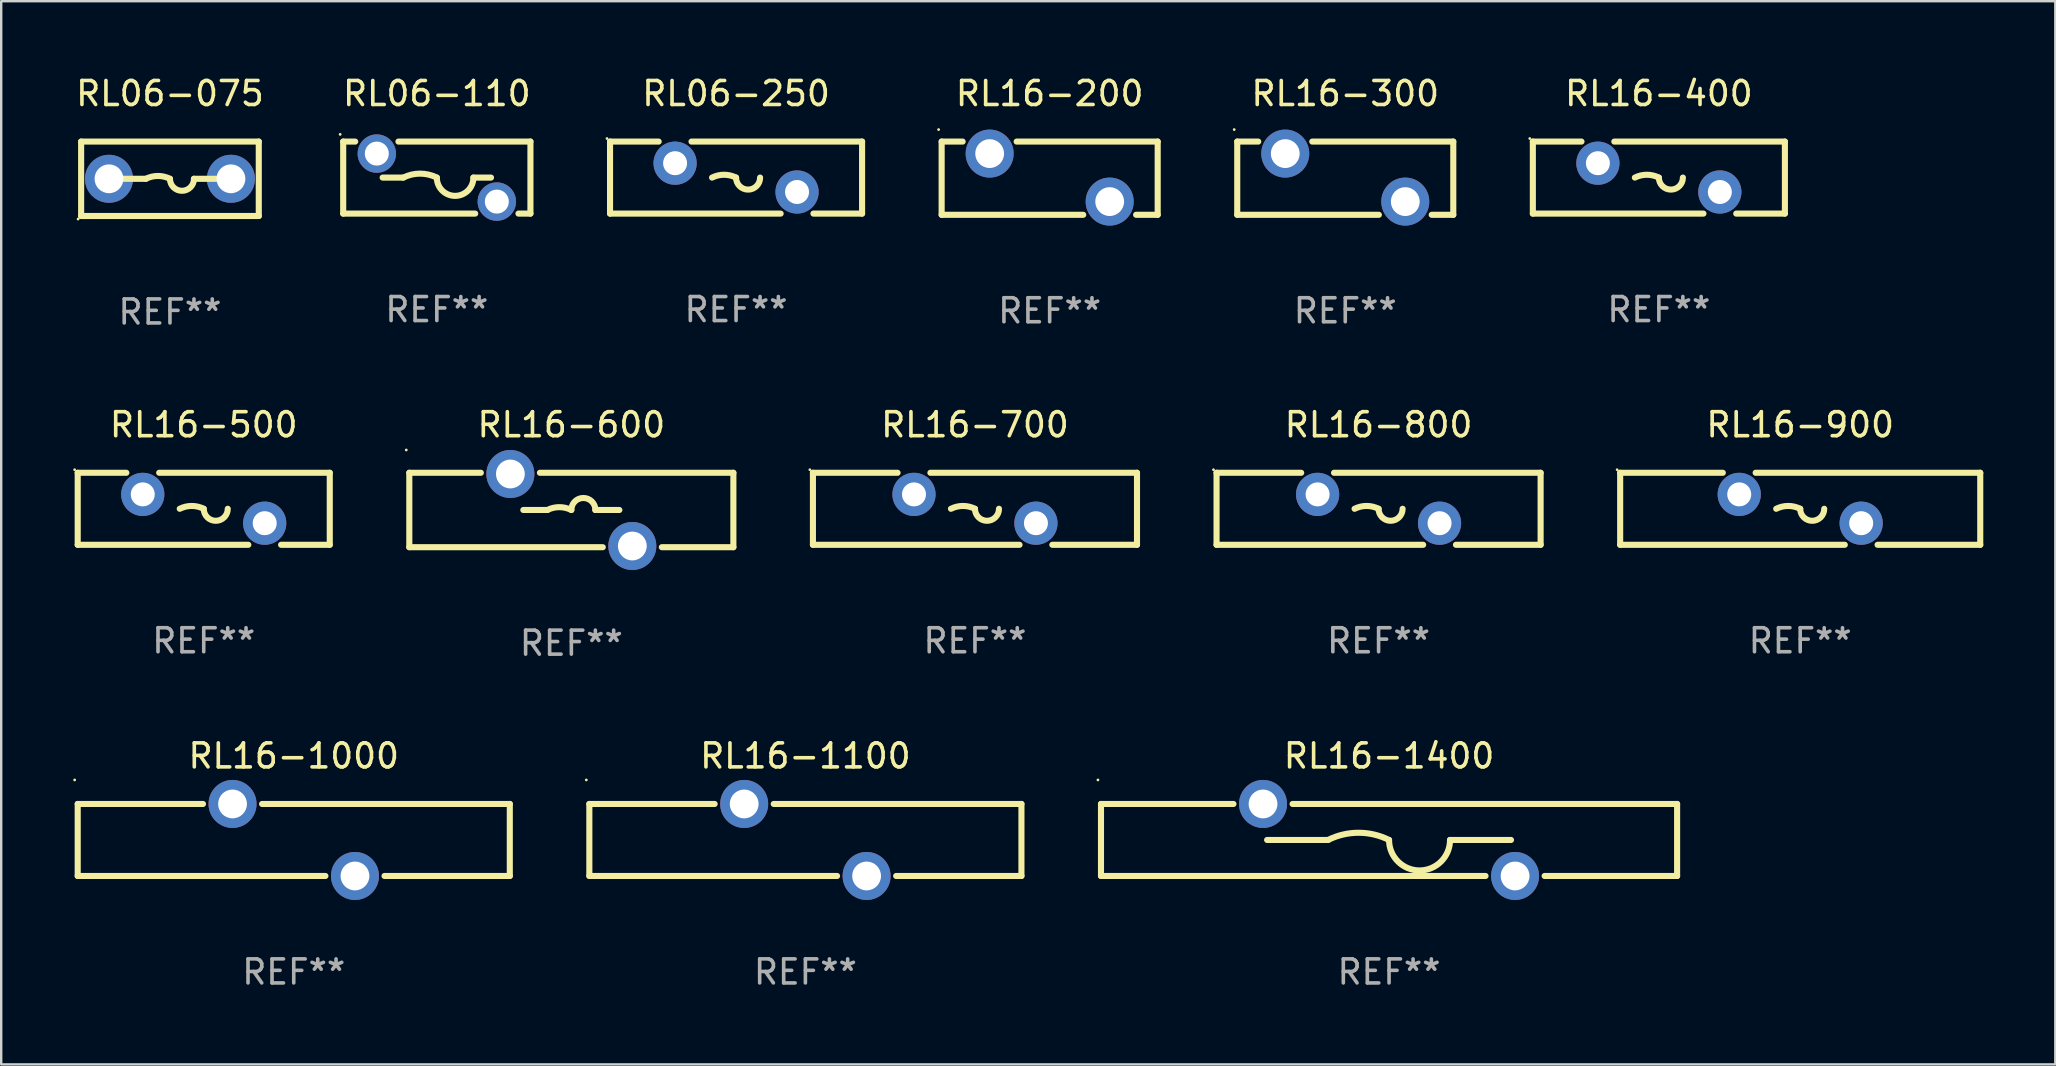
<source format=kicad_pcb>
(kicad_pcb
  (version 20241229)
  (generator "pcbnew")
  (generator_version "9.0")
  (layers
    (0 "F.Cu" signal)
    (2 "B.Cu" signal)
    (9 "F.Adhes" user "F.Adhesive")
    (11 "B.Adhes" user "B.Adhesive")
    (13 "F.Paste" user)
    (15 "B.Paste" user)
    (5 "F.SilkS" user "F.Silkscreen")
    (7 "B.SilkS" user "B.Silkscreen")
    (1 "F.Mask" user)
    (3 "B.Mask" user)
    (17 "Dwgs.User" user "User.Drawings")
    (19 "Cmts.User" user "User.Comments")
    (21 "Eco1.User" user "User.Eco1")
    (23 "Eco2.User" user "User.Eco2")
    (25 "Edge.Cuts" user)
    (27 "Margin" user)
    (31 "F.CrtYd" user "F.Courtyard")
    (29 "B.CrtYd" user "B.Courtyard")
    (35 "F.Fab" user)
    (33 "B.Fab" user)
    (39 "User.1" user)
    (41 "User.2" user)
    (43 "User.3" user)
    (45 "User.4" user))
  (footprint "RL16-1000"
    (layer "F.Cu")
    (at 9.187 31.941)
    (property "Reference" "RL16-1000" (at 0 -3.5 0) (layer "F.SilkS") (effects (font (size 1 1) (thickness 0.15))))
    (attr through_hole)
    (fp_line (start -9 -1.5) (end -3.781 -1.5) (stroke (width 0.254) (type solid)) (layer "F.SilkS"))
    (fp_line (start -9 1.5) (end -9 -1.5) (stroke (width 0.254) (type solid)) (layer "F.SilkS"))
    (fp_line (start -9 1.5) (end 1.319 1.5) (stroke (width 0.254) (type solid)) (layer "F.SilkS"))
    (fp_line (start -1.319 -1.5) (end 9 -1.5) (stroke (width 0.254) (type solid)) (layer "F.SilkS"))
    (fp_line (start 3.781 1.5) (end 9 1.5) (stroke (width 0.254) (type solid)) (layer "F.SilkS"))
    (fp_line (start 9 -1.5) (end 9 1.5) (stroke (width 0.254) (type solid)) (layer "F.SilkS"))
    (fp_circle (center -9.127 -2.5) (end -9.097 -2.5) (stroke (width 0.06) (type solid)) (fill no) (layer "F.SilkS"))
    (fp_text user "REF**" (at 0 5.5 0) (layer "F.Fab") (effects (font (size 1 1) (thickness 0.15))))
    (pad "1" thru_hole circle (at -2.55 -1.5) (size 2 2) (drill 1.2) (layers "*.Cu" "*.Mask"))
    (pad "2" thru_hole circle (at 2.55 1.5) (size 2 2) (drill 1.2) (layers "*.Cu" "*.Mask")))
  (footprint "RL16-900"
    (layer "F.Cu")
    (at 71.943 18.145)
    (property "Reference" "RL16-900" (at 0 -3.5 0) (layer "F.SilkS") (effects (font (size 1 1) (thickness 0.15))))
    (attr through_hole)
    (fp_line (start -7.5 -1.5) (end -3.224 -1.5) (stroke (width 0.254) (type solid)) (layer "F.SilkS"))
    (fp_line (start -7.5 1.5) (end -7.5 -1.5) (stroke (width 0.254) (type solid)) (layer "F.SilkS"))
    (fp_line (start -1.856 -1.5) (end 7.5 -1.5) (stroke (width 0.254) (type solid)) (layer "F.SilkS"))
    (fp_line (start 1.857 1.5) (end -7.5 1.5) (stroke (width 0.254) (type solid)) (layer "F.SilkS"))
    (fp_line (start 7.5 -1.5) (end 7.5 1.5) (stroke (width 0.254) (type solid)) (layer "F.SilkS"))
    (fp_line (start 7.5 1.5) (end 3.223 1.5) (stroke (width 0.254) (type solid)) (layer "F.SilkS"))
    (fp_arc (start -1 -0.000127) (mid -0.5 -0.118148) (end 0 -0.000127) (stroke (width 0.254001) (type solid)) (layer "F.SilkS"))
    (fp_arc (start 1.000762 -0.000127) (mid 0.500381 0.5) (end 0 -0.000127) (stroke (width 0.254001) (type solid)) (layer "F.SilkS"))
    (fp_circle (center -7.627 -1.627) (end -7.597 -1.627) (stroke (width 0.06) (type solid)) (fill no) (layer "F.SilkS"))
    (fp_text user "REF**" (at 0 5.5 0) (layer "F.Fab") (effects (font (size 1 1) (thickness 0.15))))
    (pad "1" thru_hole circle (at -2.54 -0.6) (size 1.8 1.8) (drill 1) (layers "*.Cu" "*.Mask"))
    (pad "2" thru_hole circle (at 2.54 0.6) (size 1.8 1.8) (drill 1) (layers "*.Cu" "*.Mask")))
  (footprint "RL16-600"
    (layer "F.Cu")
    (at 20.751 18.195)
    (property "Reference" "RL16-600" (at 0 -3.55 0) (layer "F.SilkS") (effects (font (size 1 1) (thickness 0.15))))
    (attr through_hole)
    (fp_line (start -6.75 -1.55) (end -3.77 -1.55) (stroke (width 0.254) (type solid)) (layer "F.SilkS"))
    (fp_line (start -6.75 1.55) (end -6.75 -1.55) (stroke (width 0.254) (type solid)) (layer "F.SilkS"))
    (fp_line (start -1.31 -1.55) (end 6.75 -1.55) (stroke (width 0.254) (type solid)) (layer "F.SilkS"))
    (fp_line (start -1 -0.000127) (end -2 -0.000127) (stroke (width 0.254) (type solid)) (layer "F.SilkS"))
    (fp_line (start 1 -0.000127) (end 2 -0.000127) (stroke (width 0.254) (type solid)) (layer "F.SilkS"))
    (fp_line (start 1.31 1.55) (end -6.75 1.55) (stroke (width 0.254) (type solid)) (layer "F.SilkS"))
    (fp_line (start 6.75 -1.55) (end 6.75 1.55) (stroke (width 0.254) (type solid)) (layer "F.SilkS"))
    (fp_line (start 6.75 1.55) (end 3.77 1.55) (stroke (width 0.254) (type solid)) (layer "F.SilkS"))
    (fp_arc (start -1 -0.000127) (mid -0.5 -0.118148) (end 0 -0.000127) (stroke (width 0.254001) (type solid)) (layer "F.SilkS"))
    (fp_arc (start 0 -0.000127) (mid 0.500381 -0.5) (end 1.000762 -0.000127) (stroke (width 0.254001) (type solid)) (layer "F.SilkS"))
    (fp_circle (center -6.877 -2.5) (end -6.847 -2.5) (stroke (width 0.06) (type solid)) (fill no) (layer "F.SilkS"))
    (fp_text user "REF**" (at 0 5.55 0) (layer "F.Fab") (effects (font (size 1 1) (thickness 0.15))))
    (pad "1" thru_hole circle (at -2.54 -1.5) (size 2 2) (drill 1.2) (layers "*.Cu" "*.Mask"))
    (pad "2" thru_hole circle (at 2.54 1.5) (size 2 2) (drill 1.2) (layers "*.Cu" "*.Mask")))
  (footprint "RL16-400"
    (layer "F.Cu")
    (at 66.055 4.348)
    (property "Reference" "RL16-400" (at 0 -3.5 0) (layer "F.SilkS") (effects (font (size 1 1) (thickness 0.15))))
    (attr through_hole)
    (fp_line (start -5.25 -1.5) (end -3.224 -1.5) (stroke (width 0.254) (type solid)) (layer "F.SilkS"))
    (fp_line (start -5.25 1.5) (end -5.25 -1.5) (stroke (width 0.254) (type solid)) (layer "F.SilkS"))
    (fp_line (start -1.856 -1.5) (end 5.25 -1.5) (stroke (width 0.254) (type solid)) (layer "F.SilkS"))
    (fp_line (start 1.857 1.5) (end -5.25 1.5) (stroke (width 0.254) (type solid)) (layer "F.SilkS"))
    (fp_line (start 5.25 -1.5) (end 5.25 1.5) (stroke (width 0.254) (type solid)) (layer "F.SilkS"))
    (fp_line (start 5.25 1.5) (end 3.223 1.5) (stroke (width 0.254) (type solid)) (layer "F.SilkS"))
    (fp_arc (start -1 -0.000127) (mid -0.5 -0.118148) (end 0 -0.000127) (stroke (width 0.254001) (type solid)) (layer "F.SilkS"))
    (fp_arc (start 1.000762 -0.000127) (mid 0.500381 0.5) (end 0 -0.000127) (stroke (width 0.254001) (type solid)) (layer "F.SilkS"))
    (fp_circle (center -5.377 -1.627) (end -5.347 -1.627) (stroke (width 0.06) (type solid)) (fill no) (layer "F.SilkS"))
    (fp_text user "REF**" (at 0 5.5 0) (layer "F.Fab") (effects (font (size 1 1) (thickness 0.15))))
    (pad "1" thru_hole circle (at -2.54 -0.6) (size 1.8 1.8) (drill 1) (layers "*.Cu" "*.Mask"))
    (pad "2" thru_hole circle (at 2.54 0.6) (size 1.8 1.8) (drill 1) (layers "*.Cu" "*.Mask")))
  (footprint "RL06-075"
    (layer "F.Cu")
    (at 4.03 4.398)
    (property "Reference" "RL06-075" (at 0 -3.55 0) (layer "F.SilkS") (effects (font (size 1 1) (thickness 0.15))))
    (attr through_hole)
    (fp_line (start -3.7 -1.55) (end 3.7 -1.55) (stroke (width 0.254) (type solid)) (layer "F.SilkS"))
    (fp_line (start -3.7 1.55) (end -3.7 -1.55) (stroke (width 0.254) (type solid)) (layer "F.SilkS"))
    (fp_line (start -1 0) (end -2 0) (stroke (width 0.254) (type solid)) (layer "F.SilkS"))
    (fp_line (start 1 0) (end 2 0) (stroke (width 0.254) (type solid)) (layer "F.SilkS"))
    (fp_line (start 3.7 -1.55) (end 3.7 1.55) (stroke (width 0.254) (type solid)) (layer "F.SilkS"))
    (fp_line (start 3.7 1.55) (end -3.7 1.55) (stroke (width 0.254) (type solid)) (layer "F.SilkS"))
    (fp_arc (start -1.000762 0) (mid -0.500381 -0.118151) (end 0 0) (stroke (width 0.254001) (type solid)) (layer "F.SilkS"))
    (fp_arc (start 1.000762 0) (mid 0.500381 0.500127) (end 0 0) (stroke (width 0.254001) (type solid)) (layer "F.SilkS"))
    (fp_circle (center -3.827 1.677) (end -3.797 1.677) (stroke (width 0.06) (type solid)) (fill no) (layer "F.SilkS"))
    (fp_text user "REF**" (at 0 5.55 0) (layer "F.Fab") (effects (font (size 1 1) (thickness 0.15))))
    (pad "1" thru_hole circle (at -2.54 0) (size 2 2) (drill 1.2) (layers "*.Cu" "*.Mask"))
    (pad "2" thru_hole circle (at 2.54 0) (size 2 2) (drill 1.2) (layers "*.Cu" "*.Mask")))
  (footprint "RL16-300"
    (layer "F.Cu")
    (at 52.991 4.373)
    (property "Reference" "RL16-300" (at 0 -3.525 0) (layer "F.SilkS") (effects (font (size 1 1) (thickness 0.15))))
    (attr through_hole)
    (fp_line (start -4.5 -1.525) (end -4.5 1.525) (stroke (width 0.254) (type solid)) (layer "F.SilkS"))
    (fp_line (start -4.5 -1.525) (end -3.625 -1.525) (stroke (width 0.254) (type solid)) (layer "F.SilkS"))
    (fp_line (start -4.5 1.525) (end 1.399 1.525) (stroke (width 0.254) (type solid)) (layer "F.SilkS"))
    (fp_line (start -1.375 -1.525) (end 4.5 -1.525) (stroke (width 0.254) (type solid)) (layer "F.SilkS"))
    (fp_line (start 3.601 1.525) (end 4.5 1.525) (stroke (width 0.254) (type solid)) (layer "F.SilkS"))
    (fp_line (start 4.5 -1.525) (end 4.5 1.525) (stroke (width 0.254) (type solid)) (layer "F.SilkS"))
    (fp_circle (center -4.627 -2.025) (end -4.597 -2.025) (stroke (width 0.06) (type solid)) (fill no) (layer "F.SilkS"))
    (fp_text user "REF**" (at 0 5.525 0) (layer "F.Fab") (effects (font (size 1 1) (thickness 0.15))))
    (pad "1" thru_hole circle (at -2.5 -1.025) (size 2 2) (drill 1.2) (layers "*.Cu" "*.Mask"))
    (pad "2" thru_hole circle (at 2.5 0.975) (size 2 2) (drill 1.2) (layers "*.Cu" "*.Mask")))
  (footprint "RL06-250"
    (layer "F.Cu")
    (at 27.613 4.348)
    (property "Reference" "RL06-250" (at 0 -3.5 0) (layer "F.SilkS") (effects (font (size 1 1) (thickness 0.15))))
    (attr through_hole)
    (fp_line (start -5.25 -1.5) (end -3.224 -1.5) (stroke (width 0.254) (type solid)) (layer "F.SilkS"))
    (fp_line (start -5.25 1.5) (end -5.25 -1.5) (stroke (width 0.254) (type solid)) (layer "F.SilkS"))
    (fp_line (start -1.856 -1.5) (end 5.25 -1.5) (stroke (width 0.254) (type solid)) (layer "F.SilkS"))
    (fp_line (start 1.857 1.5) (end -5.25 1.5) (stroke (width 0.254) (type solid)) (layer "F.SilkS"))
    (fp_line (start 5.25 -1.5) (end 5.25 1.5) (stroke (width 0.254) (type solid)) (layer "F.SilkS"))
    (fp_line (start 5.25 1.5) (end 3.223 1.5) (stroke (width 0.254) (type solid)) (layer "F.SilkS"))
    (fp_arc (start -1 -0.000127) (mid -0.5 -0.118148) (end 0 -0.000127) (stroke (width 0.254001) (type solid)) (layer "F.SilkS"))
    (fp_arc (start 1.000762 -0.000127) (mid 0.500381 0.5) (end 0 -0.000127) (stroke (width 0.254001) (type solid)) (layer "F.SilkS"))
    (fp_circle (center -5.377 -1.627) (end -5.347 -1.627) (stroke (width 0.06) (type solid)) (fill no) (layer "F.SilkS"))
    (fp_text user "REF**" (at 0 5.5 0) (layer "F.Fab") (effects (font (size 1 1) (thickness 0.15))))
    (pad "1" thru_hole circle (at -2.54 -0.6) (size 1.8 1.8) (drill 1) (layers "*.Cu" "*.Mask"))
    (pad "2" thru_hole circle (at 2.54 0.6) (size 1.8 1.8) (drill 1) (layers "*.Cu" "*.Mask")))
  (footprint "RL16-700"
    (layer "F.Cu")
    (at 37.565 18.145)
    (property "Reference" "RL16-700" (at 0 -3.5 0) (layer "F.SilkS") (effects (font (size 1 1) (thickness 0.15))))
    (attr through_hole)
    (fp_line (start -6.75 -1.5) (end -3.224 -1.5) (stroke (width 0.254) (type solid)) (layer "F.SilkS"))
    (fp_line (start -6.75 1.5) (end -6.75 -1.5) (stroke (width 0.254) (type solid)) (layer "F.SilkS"))
    (fp_line (start -1.856 -1.5) (end 6.75 -1.5) (stroke (width 0.254) (type solid)) (layer "F.SilkS"))
    (fp_line (start 1.857 1.5) (end -6.75 1.5) (stroke (width 0.254) (type solid)) (layer "F.SilkS"))
    (fp_line (start 6.75 -1.5) (end 6.75 1.5) (stroke (width 0.254) (type solid)) (layer "F.SilkS"))
    (fp_line (start 6.75 1.5) (end 3.223 1.5) (stroke (width 0.254) (type solid)) (layer "F.SilkS"))
    (fp_arc (start -1 -0.000127) (mid -0.5 -0.118148) (end 0 -0.000127) (stroke (width 0.254001) (type solid)) (layer "F.SilkS"))
    (fp_arc (start 1.000762 -0.000127) (mid 0.500381 0.5) (end 0 -0.000127) (stroke (width 0.254001) (type solid)) (layer "F.SilkS"))
    (fp_circle (center -6.877 -1.627) (end -6.847 -1.627) (stroke (width 0.06) (type solid)) (fill no) (layer "F.SilkS"))
    (fp_text user "REF**" (at 0 5.5 0) (layer "F.Fab") (effects (font (size 1 1) (thickness 0.15))))
    (pad "1" thru_hole circle (at -2.54 -0.6) (size 1.8 1.8) (drill 1) (layers "*.Cu" "*.Mask"))
    (pad "2" thru_hole circle (at 2.54 0.6) (size 1.8 1.8) (drill 1) (layers "*.Cu" "*.Mask")))
  (footprint "RL16-200"
    (layer "F.Cu")
    (at 40.677 4.373)
    (property "Reference" "RL16-200" (at 0 -3.525 0) (layer "F.SilkS") (effects (font (size 1 1) (thickness 0.15))))
    (attr through_hole)
    (fp_line (start -4.5 -1.525) (end -4.5 1.525) (stroke (width 0.254) (type solid)) (layer "F.SilkS"))
    (fp_line (start -4.5 -1.525) (end -3.625 -1.525) (stroke (width 0.254) (type solid)) (layer "F.SilkS"))
    (fp_line (start -4.5 1.525) (end 1.399 1.525) (stroke (width 0.254) (type solid)) (layer "F.SilkS"))
    (fp_line (start -1.375 -1.525) (end 4.5 -1.525) (stroke (width 0.254) (type solid)) (layer "F.SilkS"))
    (fp_line (start 3.601 1.525) (end 4.5 1.525) (stroke (width 0.254) (type solid)) (layer "F.SilkS"))
    (fp_line (start 4.5 -1.525) (end 4.5 1.525) (stroke (width 0.254) (type solid)) (layer "F.SilkS"))
    (fp_circle (center -4.627 -2.025) (end -4.597 -2.025) (stroke (width 0.06) (type solid)) (fill no) (layer "F.SilkS"))
    (fp_text user "REF**" (at 0 5.525 0) (layer "F.Fab") (effects (font (size 1 1) (thickness 0.15))))
    (pad "1" thru_hole circle (at -2.5 -1.025) (size 2 2) (drill 1.2) (layers "*.Cu" "*.Mask"))
    (pad "2" thru_hole circle (at 2.5 0.975) (size 2 2) (drill 1.2) (layers "*.Cu" "*.Mask")))
  (footprint "RL16-500"
    (layer "F.Cu")
    (at 5.437 18.145)
    (property "Reference" "RL16-500" (at 0 -3.5 0) (layer "F.SilkS") (effects (font (size 1 1) (thickness 0.15))))
    (attr through_hole)
    (fp_line (start -5.25 -1.5) (end -3.224 -1.5) (stroke (width 0.254) (type solid)) (layer "F.SilkS"))
    (fp_line (start -5.25 1.5) (end -5.25 -1.5) (stroke (width 0.254) (type solid)) (layer "F.SilkS"))
    (fp_line (start -1.856 -1.5) (end 5.25 -1.5) (stroke (width 0.254) (type solid)) (layer "F.SilkS"))
    (fp_line (start 1.857 1.5) (end -5.25 1.5) (stroke (width 0.254) (type solid)) (layer "F.SilkS"))
    (fp_line (start 5.25 -1.5) (end 5.25 1.5) (stroke (width 0.254) (type solid)) (layer "F.SilkS"))
    (fp_line (start 5.25 1.5) (end 3.223 1.5) (stroke (width 0.254) (type solid)) (layer "F.SilkS"))
    (fp_arc (start -1 -0.000127) (mid -0.5 -0.118148) (end 0 -0.000127) (stroke (width 0.254001) (type solid)) (layer "F.SilkS"))
    (fp_arc (start 1.000762 -0.000127) (mid 0.500381 0.5) (end 0 -0.000127) (stroke (width 0.254001) (type solid)) (layer "F.SilkS"))
    (fp_circle (center -5.377 -1.627) (end -5.347 -1.627) (stroke (width 0.06) (type solid)) (fill no) (layer "F.SilkS"))
    (fp_text user "REF**" (at 0 5.5 0) (layer "F.Fab") (effects (font (size 1 1) (thickness 0.15))))
    (pad "1" thru_hole circle (at -2.54 -0.6) (size 1.8 1.8) (drill 1) (layers "*.Cu" "*.Mask"))
    (pad "2" thru_hole circle (at 2.54 0.6) (size 1.8 1.8) (drill 1) (layers "*.Cu" "*.Mask")))
  (footprint "RL16-1400"
    (layer "F.Cu")
    (at 54.815 31.941)
    (property "Reference" "RL16-1400" (at 0 -3.5 0) (layer "F.SilkS") (effects (font (size 1 1) (thickness 0.15))))
    (attr through_hole)
    (fp_line (start -12 -1.5) (end -12 1.5) (stroke (width 0.254) (type solid)) (layer "F.SilkS"))
    (fp_line (start -12 1.5) (end 4.019 1.5) (stroke (width 0.254) (type solid)) (layer "F.SilkS"))
    (fp_line (start -6.481 -1.5) (end -12 -1.5) (stroke (width 0.254) (type solid)) (layer "F.SilkS"))
    (fp_line (start -2.54 -0.000064) (end -5.08 -0.000064) (stroke (width 0.254) (type solid)) (layer "F.SilkS"))
    (fp_line (start 2.54 -0.000064) (end 5.08 -0.000064) (stroke (width 0.254) (type solid)) (layer "F.SilkS"))
    (fp_line (start 6.481 1.5) (end 12 1.5) (stroke (width 0.254) (type solid)) (layer "F.SilkS"))
    (fp_line (start 12 -1.5) (end -4.019 -1.5) (stroke (width 0.254) (type solid)) (layer "F.SilkS"))
    (fp_line (start 12 1.5) (end 12 -1.5) (stroke (width 0.254) (type solid)) (layer "F.SilkS"))
    (fp_arc (start -2.540005 -0.000064) (mid -1.270002 -0.299871) (end 0.000001 -0.000063) (stroke (width 0.254001) (type solid)) (layer "F.SilkS"))
    (fp_arc (start 2.540005 -0.000064) (mid 1.270003 1.269938) (end 0.000001 -0.000064) (stroke (width 0.254001) (type solid)) (layer "F.SilkS"))
    (fp_circle (center -12.127 -2.5) (end -12.097 -2.5) (stroke (width 0.06) (type solid)) (fill no) (layer "F.SilkS"))
    (fp_text user "REF**" (at 0 5.5 0) (layer "F.Fab") (effects (font (size 1 1) (thickness 0.15))))
    (pad "1" thru_hole circle (at -5.25 -1.5) (size 2 2) (drill 1.2) (layers "*.Cu" "*.Mask"))
    (pad "2" thru_hole circle (at 5.25 1.5) (size 2 2) (drill 1.2) (layers "*.Cu" "*.Mask")))
  (footprint "RL06-110"
    (layer "F.Cu")
    (at 15.147 4.348)
    (property "Reference" "RL06-110" (at 0 -3.5 0) (layer "F.SilkS") (effects (font (size 1 1) (thickness 0.15))))
    (attr through_hole)
    (fp_line (start -3.9 -1.5) (end -3.401 -1.5) (stroke (width 0.254) (type solid)) (layer "F.SilkS"))
    (fp_line (start -3.9 1.5) (end -3.9 -1.5) (stroke (width 0.254) (type solid)) (layer "F.SilkS"))
    (fp_line (start -3.9 1.5) (end 1.599 1.5) (stroke (width 0.254) (type solid)) (layer "F.SilkS"))
    (fp_line (start -2.257 0.000127) (end -1.397 0.000127) (stroke (width 0.254) (type solid)) (layer "F.SilkS"))
    (fp_line (start -1.599 -1.5) (end 3.9 -1.5) (stroke (width 0.254) (type solid)) (layer "F.SilkS"))
    (fp_line (start 2.257 0.000127) (end 1.524 0.000127) (stroke (width 0.254) (type solid)) (layer "F.SilkS"))
    (fp_line (start 3.401 1.5) (end 3.9 1.5) (stroke (width 0.254) (type solid)) (layer "F.SilkS"))
    (fp_line (start 3.9 -1.5) (end 3.9 1.5) (stroke (width 0.254) (type solid)) (layer "F.SilkS"))
    (fp_arc (start -1.397003 0.000127) (mid -0.698501 -0.164767) (end 0 0.000127) (stroke (width 0.254001) (type solid)) (layer "F.SilkS"))
    (fp_arc (start 1.524003 0.000127) (mid 0.762129 0.761443) (end 0.000635 -0.000253) (stroke (width 0.254001) (type solid)) (layer "F.SilkS"))
    (fp_circle (center -4.027 -1.8) (end -3.997 -1.8) (stroke (width 0.06) (type solid)) (fill no) (layer "F.SilkS"))
    (fp_text user "REF**" (at 0 5.5 0) (layer "F.Fab") (effects (font (size 1 1) (thickness 0.15))))
    (pad "1" thru_hole circle (at -2.5 -1) (size 1.6 1.6) (drill 1) (layers "*.Cu" "*.Mask"))
    (pad "2" thru_hole circle (at 2.5 1) (size 1.6 1.6) (drill 1) (layers "*.Cu" "*.Mask")))
  (footprint "RL16-1100"
    (layer "F.Cu")
    (at 30.501 31.941)
    (property "Reference" "RL16-1100" (at 0 -3.5 0) (layer "F.SilkS") (effects (font (size 1 1) (thickness 0.15))))
    (attr through_hole)
    (fp_line (start -9 -1.5) (end -3.781 -1.5) (stroke (width 0.254) (type solid)) (layer "F.SilkS"))
    (fp_line (start -9 1.5) (end -9 -1.5) (stroke (width 0.254) (type solid)) (layer "F.SilkS"))
    (fp_line (start -9 1.5) (end 1.319 1.5) (stroke (width 0.254) (type solid)) (layer "F.SilkS"))
    (fp_line (start -1.319 -1.5) (end 9 -1.5) (stroke (width 0.254) (type solid)) (layer "F.SilkS"))
    (fp_line (start 3.781 1.5) (end 9 1.5) (stroke (width 0.254) (type solid)) (layer "F.SilkS"))
    (fp_line (start 9 -1.5) (end 9 1.5) (stroke (width 0.254) (type solid)) (layer "F.SilkS"))
    (fp_circle (center -9.127 -2.5) (end -9.097 -2.5) (stroke (width 0.06) (type solid)) (fill no) (layer "F.SilkS"))
    (fp_text user "REF**" (at 0 5.5 0) (layer "F.Fab") (effects (font (size 1 1) (thickness 0.15))))
    (pad "1" thru_hole circle (at -2.55 -1.5) (size 2 2) (drill 1.2) (layers "*.Cu" "*.Mask"))
    (pad "2" thru_hole circle (at 2.55 1.5) (size 2 2) (drill 1.2) (layers "*.Cu" "*.Mask")))
  (footprint "RL16-800"
    (layer "F.Cu")
    (at 54.379 18.145)
    (property "Reference" "RL16-800" (at 0 -3.5 0) (layer "F.SilkS") (effects (font (size 1 1) (thickness 0.15))))
    (attr through_hole)
    (fp_line (start -6.75 -1.5) (end -3.224 -1.5) (stroke (width 0.254) (type solid)) (layer "F.SilkS"))
    (fp_line (start -6.75 1.5) (end -6.75 -1.5) (stroke (width 0.254) (type solid)) (layer "F.SilkS"))
    (fp_line (start -1.856 -1.5) (end 6.75 -1.5) (stroke (width 0.254) (type solid)) (layer "F.SilkS"))
    (fp_line (start 1.857 1.5) (end -6.75 1.5) (stroke (width 0.254) (type solid)) (layer "F.SilkS"))
    (fp_line (start 6.75 -1.5) (end 6.75 1.5) (stroke (width 0.254) (type solid)) (layer "F.SilkS"))
    (fp_line (start 6.75 1.5) (end 3.223 1.5) (stroke (width 0.254) (type solid)) (layer "F.SilkS"))
    (fp_arc (start -1 -0.000127) (mid -0.5 -0.118148) (end 0 -0.000127) (stroke (width 0.254001) (type solid)) (layer "F.SilkS"))
    (fp_arc (start 1.000762 -0.000127) (mid 0.500381 0.5) (end 0 -0.000127) (stroke (width 0.254001) (type solid)) (layer "F.SilkS"))
    (fp_circle (center -6.877 -1.627) (end -6.847 -1.627) (stroke (width 0.06) (type solid)) (fill no) (layer "F.SilkS"))
    (fp_text user "REF**" (at 0 5.5 0) (layer "F.Fab") (effects (font (size 1 1) (thickness 0.15))))
    (pad "1" thru_hole circle (at -2.54 -0.6) (size 1.8 1.8) (drill 1) (layers "*.Cu" "*.Mask"))
    (pad "2" thru_hole circle (at 2.54 0.6) (size 1.8 1.8) (drill 1) (layers "*.Cu" "*.Mask")))
  (gr_rect
    (start -3 -3)
    (end 82.57 41.29)
    (stroke (width 0.1) (type default))
    (fill no)
    (layer "Edge.Cuts")))
</source>
